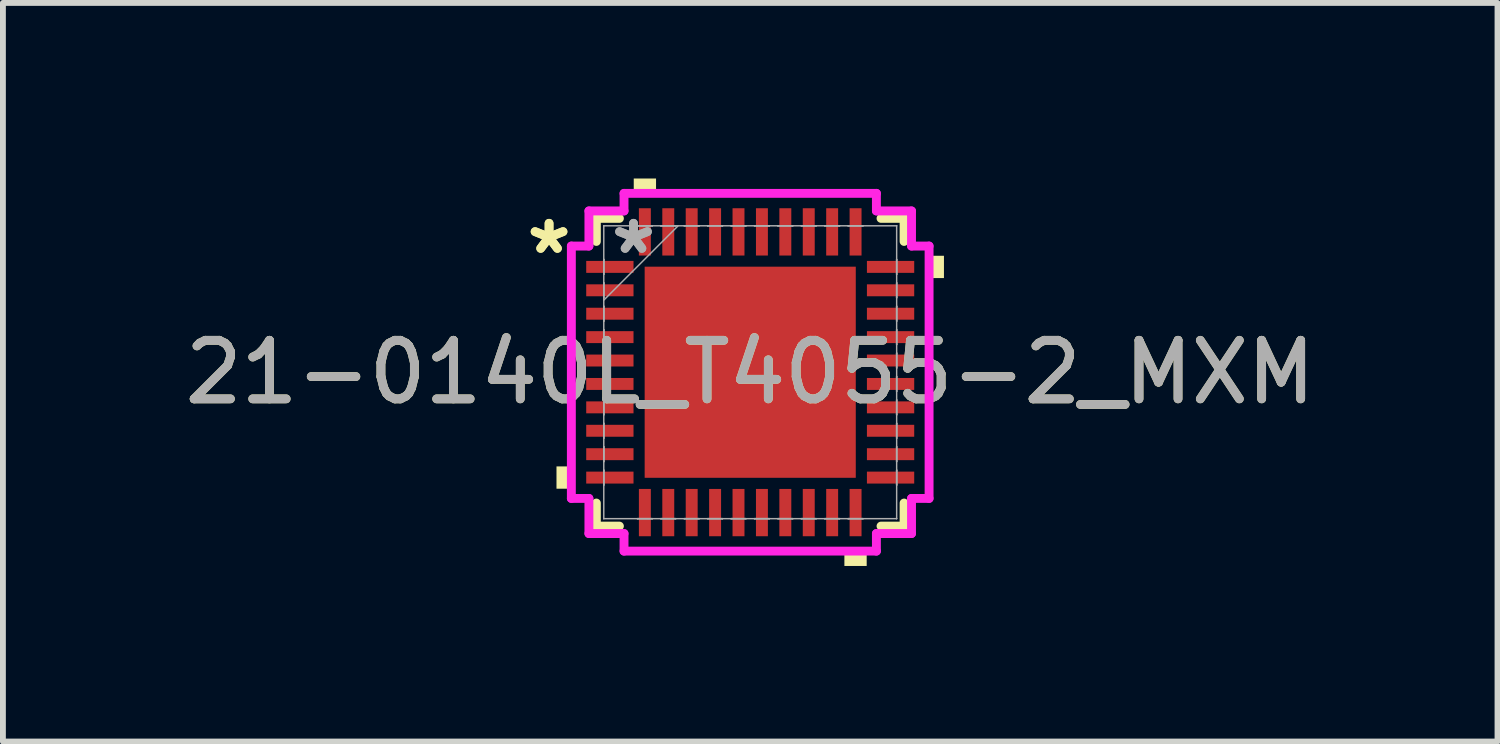
<source format=kicad_pcb>
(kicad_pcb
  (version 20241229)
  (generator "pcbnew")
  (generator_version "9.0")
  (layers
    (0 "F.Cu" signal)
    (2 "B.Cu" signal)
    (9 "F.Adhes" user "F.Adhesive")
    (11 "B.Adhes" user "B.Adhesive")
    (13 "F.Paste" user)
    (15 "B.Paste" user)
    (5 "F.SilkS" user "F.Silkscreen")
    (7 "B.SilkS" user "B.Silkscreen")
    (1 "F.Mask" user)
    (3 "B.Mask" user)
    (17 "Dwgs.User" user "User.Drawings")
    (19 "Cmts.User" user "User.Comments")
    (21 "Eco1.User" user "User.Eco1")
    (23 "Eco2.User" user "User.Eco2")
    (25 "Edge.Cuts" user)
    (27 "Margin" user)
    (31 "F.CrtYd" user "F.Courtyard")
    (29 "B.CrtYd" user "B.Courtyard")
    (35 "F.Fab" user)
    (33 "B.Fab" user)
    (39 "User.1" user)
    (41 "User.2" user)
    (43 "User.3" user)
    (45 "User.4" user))
  (footprint "21-0140L_T4055-2_MXM"
    (layer "F.Cu")
    (at 9.768 3.31)
    (property "Reference" "21-0140L_T4055-2_MXM" (at 0 0 0) (unlocked yes) (layer "F.SilkS") (effects (font (size 1 1) (thickness 0.15))))
    (attr smd)
    (fp_line (start -2.629 -2.629) (end -2.629 -2.235) (stroke (width 0.152) (type solid)) (layer "F.SilkS"))
    (fp_line (start -2.629 2.235) (end -2.629 2.629) (stroke (width 0.152) (type solid)) (layer "F.SilkS"))
    (fp_line (start -2.629 2.629) (end -2.235 2.629) (stroke (width 0.152) (type solid)) (layer "F.SilkS"))
    (fp_line (start -2.235 -2.629) (end -2.629 -2.629) (stroke (width 0.152) (type solid)) (layer "F.SilkS"))
    (fp_line (start 2.235 2.629) (end 2.629 2.629) (stroke (width 0.152) (type solid)) (layer "F.SilkS"))
    (fp_line (start 2.629 -2.629) (end 2.235 -2.629) (stroke (width 0.152) (type solid)) (layer "F.SilkS"))
    (fp_line (start 2.629 -2.235) (end 2.629 -2.629) (stroke (width 0.152) (type solid)) (layer "F.SilkS"))
    (fp_line (start 2.629 2.629) (end 2.629 2.235) (stroke (width 0.152) (type solid)) (layer "F.SilkS"))
    (fp_poly (pts (xy -3.31 1.609) (xy -3.31 1.99) (xy -3.056 1.99) (xy -3.056 1.609)) (stroke (width 0) (type solid)) (fill yes) (layer "F.SilkS"))
    (fp_poly (pts (xy -1.99 -3.056) (xy -1.99 -3.31) (xy -1.609 -3.31) (xy -1.609 -3.056)) (stroke (width 0) (type solid)) (fill yes) (layer "F.SilkS"))
    (fp_poly (pts (xy 1.609 3.056) (xy 1.609 3.31) (xy 1.99 3.31) (xy 1.99 3.056)) (stroke (width 0) (type solid)) (fill yes) (layer "F.SilkS"))
    (fp_poly (pts (xy 3.31 -1.99) (xy 3.31 -1.609) (xy 3.056 -1.609) (xy 3.056 -1.99)) (stroke (width 0) (type solid)) (fill yes) (layer "F.SilkS"))
    (fp_poly (pts (xy -1.703 -1.703) (xy -1.703 -0.1) (xy -0.1 -0.1) (xy -0.1 -1.703)) (stroke (width 0) (type solid)) (fill yes) (layer "F.Paste"))
    (fp_poly (pts (xy -1.703 0.1) (xy -1.703 1.703) (xy -0.1 1.703) (xy -0.1 0.1)) (stroke (width 0) (type solid)) (fill yes) (layer "F.Paste"))
    (fp_poly (pts (xy 0.1 -1.703) (xy 0.1 -0.1) (xy 1.703 -0.1) (xy 1.703 -1.703)) (stroke (width 0) (type solid)) (fill yes) (layer "F.Paste"))
    (fp_poly (pts (xy 0.1 0.1) (xy 0.1 1.703) (xy 1.703 1.703) (xy 1.703 0.1)) (stroke (width 0) (type solid)) (fill yes) (layer "F.Paste"))
    (fp_line (start -3.056 -2.156) (end -2.756 -2.156) (stroke (width 0.152) (type solid)) (layer "F.CrtYd"))
    (fp_line (start -3.056 2.156) (end -3.056 -2.156) (stroke (width 0.152) (type solid)) (layer "F.CrtYd"))
    (fp_line (start -2.756 -2.756) (end -2.156 -2.756) (stroke (width 0.152) (type solid)) (layer "F.CrtYd"))
    (fp_line (start -2.756 -2.156) (end -2.756 -2.756) (stroke (width 0.152) (type solid)) (layer "F.CrtYd"))
    (fp_line (start -2.756 2.156) (end -3.056 2.156) (stroke (width 0.152) (type solid)) (layer "F.CrtYd"))
    (fp_line (start -2.756 2.756) (end -2.756 2.156) (stroke (width 0.152) (type solid)) (layer "F.CrtYd"))
    (fp_line (start -2.156 -3.056) (end 2.156 -3.056) (stroke (width 0.152) (type solid)) (layer "F.CrtYd"))
    (fp_line (start -2.156 -2.756) (end -2.156 -3.056) (stroke (width 0.152) (type solid)) (layer "F.CrtYd"))
    (fp_line (start -2.156 2.756) (end -2.756 2.756) (stroke (width 0.152) (type solid)) (layer "F.CrtYd"))
    (fp_line (start -2.156 3.056) (end -2.156 2.756) (stroke (width 0.152) (type solid)) (layer "F.CrtYd"))
    (fp_line (start 2.156 -3.056) (end 2.156 -2.756) (stroke (width 0.152) (type solid)) (layer "F.CrtYd"))
    (fp_line (start 2.156 -2.756) (end 2.756 -2.756) (stroke (width 0.152) (type solid)) (layer "F.CrtYd"))
    (fp_line (start 2.156 2.756) (end 2.156 3.056) (stroke (width 0.152) (type solid)) (layer "F.CrtYd"))
    (fp_line (start 2.156 3.056) (end -2.156 3.056) (stroke (width 0.152) (type solid)) (layer "F.CrtYd"))
    (fp_line (start 2.756 -2.756) (end 2.756 -2.156) (stroke (width 0.152) (type solid)) (layer "F.CrtYd"))
    (fp_line (start 2.756 -2.156) (end 3.056 -2.156) (stroke (width 0.152) (type solid)) (layer "F.CrtYd"))
    (fp_line (start 2.756 2.156) (end 2.756 2.756) (stroke (width 0.152) (type solid)) (layer "F.CrtYd"))
    (fp_line (start 2.756 2.756) (end 2.156 2.756) (stroke (width 0.152) (type solid)) (layer "F.CrtYd"))
    (fp_line (start 3.056 -2.156) (end 3.056 2.156) (stroke (width 0.152) (type solid)) (layer "F.CrtYd"))
    (fp_line (start 3.056 2.156) (end 2.756 2.156) (stroke (width 0.152) (type solid)) (layer "F.CrtYd"))
    (fp_line (start -2.502 -2.502) (end -2.502 -2.502) (stroke (width 0.025) (type solid)) (layer "F.Fab"))
    (fp_line (start -2.502 -2.502) (end -2.502 2.502) (stroke (width 0.025) (type solid)) (layer "F.Fab"))
    (fp_line (start -2.502 -1.927) (end -2.502 -1.927) (stroke (width 0.025) (type solid)) (layer "F.Fab"))
    (fp_line (start -2.502 -1.927) (end -2.502 -1.673) (stroke (width 0.025) (type solid)) (layer "F.Fab"))
    (fp_line (start -2.502 -1.673) (end -2.502 -1.927) (stroke (width 0.025) (type solid)) (layer "F.Fab"))
    (fp_line (start -2.502 -1.673) (end -2.502 -1.673) (stroke (width 0.025) (type solid)) (layer "F.Fab"))
    (fp_line (start -2.502 -1.527) (end -2.502 -1.527) (stroke (width 0.025) (type solid)) (layer "F.Fab"))
    (fp_line (start -2.502 -1.527) (end -2.502 -1.273) (stroke (width 0.025) (type solid)) (layer "F.Fab"))
    (fp_line (start -2.502 -1.273) (end -2.502 -1.527) (stroke (width 0.025) (type solid)) (layer "F.Fab"))
    (fp_line (start -2.502 -1.273) (end -2.502 -1.273) (stroke (width 0.025) (type solid)) (layer "F.Fab"))
    (fp_line (start -2.502 -1.232) (end -1.232 -2.502) (stroke (width 0.025) (type solid)) (layer "F.Fab"))
    (fp_line (start -2.502 -1.127) (end -2.502 -1.127) (stroke (width 0.025) (type solid)) (layer "F.Fab"))
    (fp_line (start -2.502 -1.127) (end -2.502 -0.873) (stroke (width 0.025) (type solid)) (layer "F.Fab"))
    (fp_line (start -2.502 -0.873) (end -2.502 -1.127) (stroke (width 0.025) (type solid)) (layer "F.Fab"))
    (fp_line (start -2.502 -0.873) (end -2.502 -0.873) (stroke (width 0.025) (type solid)) (layer "F.Fab"))
    (fp_line (start -2.502 -0.727) (end -2.502 -0.727) (stroke (width 0.025) (type solid)) (layer "F.Fab"))
    (fp_line (start -2.502 -0.727) (end -2.502 -0.473) (stroke (width 0.025) (type solid)) (layer "F.Fab"))
    (fp_line (start -2.502 -0.473) (end -2.502 -0.727) (stroke (width 0.025) (type solid)) (layer "F.Fab"))
    (fp_line (start -2.502 -0.473) (end -2.502 -0.473) (stroke (width 0.025) (type solid)) (layer "F.Fab"))
    (fp_line (start -2.502 -0.327) (end -2.502 -0.327) (stroke (width 0.025) (type solid)) (layer "F.Fab"))
    (fp_line (start -2.502 -0.327) (end -2.502 -0.073) (stroke (width 0.025) (type solid)) (layer "F.Fab"))
    (fp_line (start -2.502 -0.073) (end -2.502 -0.327) (stroke (width 0.025) (type solid)) (layer "F.Fab"))
    (fp_line (start -2.502 -0.073) (end -2.502 -0.073) (stroke (width 0.025) (type solid)) (layer "F.Fab"))
    (fp_line (start -2.502 0.073) (end -2.502 0.073) (stroke (width 0.025) (type solid)) (layer "F.Fab"))
    (fp_line (start -2.502 0.073) (end -2.502 0.327) (stroke (width 0.025) (type solid)) (layer "F.Fab"))
    (fp_line (start -2.502 0.327) (end -2.502 0.073) (stroke (width 0.025) (type solid)) (layer "F.Fab"))
    (fp_line (start -2.502 0.327) (end -2.502 0.327) (stroke (width 0.025) (type solid)) (layer "F.Fab"))
    (fp_line (start -2.502 0.473) (end -2.502 0.473) (stroke (width 0.025) (type solid)) (layer "F.Fab"))
    (fp_line (start -2.502 0.473) (end -2.502 0.727) (stroke (width 0.025) (type solid)) (layer "F.Fab"))
    (fp_line (start -2.502 0.727) (end -2.502 0.473) (stroke (width 0.025) (type solid)) (layer "F.Fab"))
    (fp_line (start -2.502 0.727) (end -2.502 0.727) (stroke (width 0.025) (type solid)) (layer "F.Fab"))
    (fp_line (start -2.502 0.873) (end -2.502 0.873) (stroke (width 0.025) (type solid)) (layer "F.Fab"))
    (fp_line (start -2.502 0.873) (end -2.502 1.127) (stroke (width 0.025) (type solid)) (layer "F.Fab"))
    (fp_line (start -2.502 1.127) (end -2.502 0.873) (stroke (width 0.025) (type solid)) (layer "F.Fab"))
    (fp_line (start -2.502 1.127) (end -2.502 1.127) (stroke (width 0.025) (type solid)) (layer "F.Fab"))
    (fp_line (start -2.502 1.273) (end -2.502 1.273) (stroke (width 0.025) (type solid)) (layer "F.Fab"))
    (fp_line (start -2.502 1.273) (end -2.502 1.527) (stroke (width 0.025) (type solid)) (layer "F.Fab"))
    (fp_line (start -2.502 1.527) (end -2.502 1.273) (stroke (width 0.025) (type solid)) (layer "F.Fab"))
    (fp_line (start -2.502 1.527) (end -2.502 1.527) (stroke (width 0.025) (type solid)) (layer "F.Fab"))
    (fp_line (start -2.502 1.673) (end -2.502 1.673) (stroke (width 0.025) (type solid)) (layer "F.Fab"))
    (fp_line (start -2.502 1.673) (end -2.502 1.927) (stroke (width 0.025) (type solid)) (layer "F.Fab"))
    (fp_line (start -2.502 1.927) (end -2.502 1.673) (stroke (width 0.025) (type solid)) (layer "F.Fab"))
    (fp_line (start -2.502 1.927) (end -2.502 1.927) (stroke (width 0.025) (type solid)) (layer "F.Fab"))
    (fp_line (start -2.502 2.502) (end -2.502 2.502) (stroke (width 0.025) (type solid)) (layer "F.Fab"))
    (fp_line (start -2.502 2.502) (end 2.502 2.502) (stroke (width 0.025) (type solid)) (layer "F.Fab"))
    (fp_line (start -1.927 -2.502) (end -1.927 -2.502) (stroke (width 0.025) (type solid)) (layer "F.Fab"))
    (fp_line (start -1.927 -2.502) (end -1.673 -2.502) (stroke (width 0.025) (type solid)) (layer "F.Fab"))
    (fp_line (start -1.927 2.502) (end -1.927 2.502) (stroke (width 0.025) (type solid)) (layer "F.Fab"))
    (fp_line (start -1.927 2.502) (end -1.673 2.502) (stroke (width 0.025) (type solid)) (layer "F.Fab"))
    (fp_line (start -1.673 -2.502) (end -1.927 -2.502) (stroke (width 0.025) (type solid)) (layer "F.Fab"))
    (fp_line (start -1.673 -2.502) (end -1.673 -2.502) (stroke (width 0.025) (type solid)) (layer "F.Fab"))
    (fp_line (start -1.673 2.502) (end -1.927 2.502) (stroke (width 0.025) (type solid)) (layer "F.Fab"))
    (fp_line (start -1.673 2.502) (end -1.673 2.502) (stroke (width 0.025) (type solid)) (layer "F.Fab"))
    (fp_line (start -1.527 -2.502) (end -1.527 -2.502) (stroke (width 0.025) (type solid)) (layer "F.Fab"))
    (fp_line (start -1.527 -2.502) (end -1.273 -2.502) (stroke (width 0.025) (type solid)) (layer "F.Fab"))
    (fp_line (start -1.527 2.502) (end -1.527 2.502) (stroke (width 0.025) (type solid)) (layer "F.Fab"))
    (fp_line (start -1.527 2.502) (end -1.273 2.502) (stroke (width 0.025) (type solid)) (layer "F.Fab"))
    (fp_line (start -1.273 -2.502) (end -1.527 -2.502) (stroke (width 0.025) (type solid)) (layer "F.Fab"))
    (fp_line (start -1.273 -2.502) (end -1.273 -2.502) (stroke (width 0.025) (type solid)) (layer "F.Fab"))
    (fp_line (start -1.273 2.502) (end -1.527 2.502) (stroke (width 0.025) (type solid)) (layer "F.Fab"))
    (fp_line (start -1.273 2.502) (end -1.273 2.502) (stroke (width 0.025) (type solid)) (layer "F.Fab"))
    (fp_line (start -1.127 -2.502) (end -1.127 -2.502) (stroke (width 0.025) (type solid)) (layer "F.Fab"))
    (fp_line (start -1.127 -2.502) (end -0.873 -2.502) (stroke (width 0.025) (type solid)) (layer "F.Fab"))
    (fp_line (start -1.127 2.502) (end -1.127 2.502) (stroke (width 0.025) (type solid)) (layer "F.Fab"))
    (fp_line (start -1.127 2.502) (end -0.873 2.502) (stroke (width 0.025) (type solid)) (layer "F.Fab"))
    (fp_line (start -0.873 -2.502) (end -1.127 -2.502) (stroke (width 0.025) (type solid)) (layer "F.Fab"))
    (fp_line (start -0.873 -2.502) (end -0.873 -2.502) (stroke (width 0.025) (type solid)) (layer "F.Fab"))
    (fp_line (start -0.873 2.502) (end -1.127 2.502) (stroke (width 0.025) (type solid)) (layer "F.Fab"))
    (fp_line (start -0.873 2.502) (end -0.873 2.502) (stroke (width 0.025) (type solid)) (layer "F.Fab"))
    (fp_line (start -0.727 -2.502) (end -0.727 -2.502) (stroke (width 0.025) (type solid)) (layer "F.Fab"))
    (fp_line (start -0.727 -2.502) (end -0.473 -2.502) (stroke (width 0.025) (type solid)) (layer "F.Fab"))
    (fp_line (start -0.727 2.502) (end -0.727 2.502) (stroke (width 0.025) (type solid)) (layer "F.Fab"))
    (fp_line (start -0.727 2.502) (end -0.473 2.502) (stroke (width 0.025) (type solid)) (layer "F.Fab"))
    (fp_line (start -0.473 -2.502) (end -0.727 -2.502) (stroke (width 0.025) (type solid)) (layer "F.Fab"))
    (fp_line (start -0.473 -2.502) (end -0.473 -2.502) (stroke (width 0.025) (type solid)) (layer "F.Fab"))
    (fp_line (start -0.473 2.502) (end -0.727 2.502) (stroke (width 0.025) (type solid)) (layer "F.Fab"))
    (fp_line (start -0.473 2.502) (end -0.473 2.502) (stroke (width 0.025) (type solid)) (layer "F.Fab"))
    (fp_line (start -0.327 -2.502) (end -0.327 -2.502) (stroke (width 0.025) (type solid)) (layer "F.Fab"))
    (fp_line (start -0.327 -2.502) (end -0.073 -2.502) (stroke (width 0.025) (type solid)) (layer "F.Fab"))
    (fp_line (start -0.327 2.502) (end -0.327 2.502) (stroke (width 0.025) (type solid)) (layer "F.Fab"))
    (fp_line (start -0.327 2.502) (end -0.073 2.502) (stroke (width 0.025) (type solid)) (layer "F.Fab"))
    (fp_line (start -0.073 -2.502) (end -0.327 -2.502) (stroke (width 0.025) (type solid)) (layer "F.Fab"))
    (fp_line (start -0.073 -2.502) (end -0.073 -2.502) (stroke (width 0.025) (type solid)) (layer "F.Fab"))
    (fp_line (start -0.073 2.502) (end -0.327 2.502) (stroke (width 0.025) (type solid)) (layer "F.Fab"))
    (fp_line (start -0.073 2.502) (end -0.073 2.502) (stroke (width 0.025) (type solid)) (layer "F.Fab"))
    (fp_line (start 0.073 -2.502) (end 0.073 -2.502) (stroke (width 0.025) (type solid)) (layer "F.Fab"))
    (fp_line (start 0.073 -2.502) (end 0.327 -2.502) (stroke (width 0.025) (type solid)) (layer "F.Fab"))
    (fp_line (start 0.073 2.502) (end 0.073 2.502) (stroke (width 0.025) (type solid)) (layer "F.Fab"))
    (fp_line (start 0.073 2.502) (end 0.327 2.502) (stroke (width 0.025) (type solid)) (layer "F.Fab"))
    (fp_line (start 0.327 -2.502) (end 0.073 -2.502) (stroke (width 0.025) (type solid)) (layer "F.Fab"))
    (fp_line (start 0.327 -2.502) (end 0.327 -2.502) (stroke (width 0.025) (type solid)) (layer "F.Fab"))
    (fp_line (start 0.327 2.502) (end 0.073 2.502) (stroke (width 0.025) (type solid)) (layer "F.Fab"))
    (fp_line (start 0.327 2.502) (end 0.327 2.502) (stroke (width 0.025) (type solid)) (layer "F.Fab"))
    (fp_line (start 0.473 -2.502) (end 0.473 -2.502) (stroke (width 0.025) (type solid)) (layer "F.Fab"))
    (fp_line (start 0.473 -2.502) (end 0.727 -2.502) (stroke (width 0.025) (type solid)) (layer "F.Fab"))
    (fp_line (start 0.473 2.502) (end 0.473 2.502) (stroke (width 0.025) (type solid)) (layer "F.Fab"))
    (fp_line (start 0.473 2.502) (end 0.727 2.502) (stroke (width 0.025) (type solid)) (layer "F.Fab"))
    (fp_line (start 0.727 -2.502) (end 0.473 -2.502) (stroke (width 0.025) (type solid)) (layer "F.Fab"))
    (fp_line (start 0.727 -2.502) (end 0.727 -2.502) (stroke (width 0.025) (type solid)) (layer "F.Fab"))
    (fp_line (start 0.727 2.502) (end 0.473 2.502) (stroke (width 0.025) (type solid)) (layer "F.Fab"))
    (fp_line (start 0.727 2.502) (end 0.727 2.502) (stroke (width 0.025) (type solid)) (layer "F.Fab"))
    (fp_line (start 0.873 -2.502) (end 0.873 -2.502) (stroke (width 0.025) (type solid)) (layer "F.Fab"))
    (fp_line (start 0.873 -2.502) (end 1.127 -2.502) (stroke (width 0.025) (type solid)) (layer "F.Fab"))
    (fp_line (start 0.873 2.502) (end 0.873 2.502) (stroke (width 0.025) (type solid)) (layer "F.Fab"))
    (fp_line (start 0.873 2.502) (end 1.127 2.502) (stroke (width 0.025) (type solid)) (layer "F.Fab"))
    (fp_line (start 1.127 -2.502) (end 0.873 -2.502) (stroke (width 0.025) (type solid)) (layer "F.Fab"))
    (fp_line (start 1.127 -2.502) (end 1.127 -2.502) (stroke (width 0.025) (type solid)) (layer "F.Fab"))
    (fp_line (start 1.127 2.502) (end 0.873 2.502) (stroke (width 0.025) (type solid)) (layer "F.Fab"))
    (fp_line (start 1.127 2.502) (end 1.127 2.502) (stroke (width 0.025) (type solid)) (layer "F.Fab"))
    (fp_line (start 1.273 -2.502) (end 1.273 -2.502) (stroke (width 0.025) (type solid)) (layer "F.Fab"))
    (fp_line (start 1.273 -2.502) (end 1.527 -2.502) (stroke (width 0.025) (type solid)) (layer "F.Fab"))
    (fp_line (start 1.273 2.502) (end 1.273 2.502) (stroke (width 0.025) (type solid)) (layer "F.Fab"))
    (fp_line (start 1.273 2.502) (end 1.527 2.502) (stroke (width 0.025) (type solid)) (layer "F.Fab"))
    (fp_line (start 1.527 -2.502) (end 1.273 -2.502) (stroke (width 0.025) (type solid)) (layer "F.Fab"))
    (fp_line (start 1.527 -2.502) (end 1.527 -2.502) (stroke (width 0.025) (type solid)) (layer "F.Fab"))
    (fp_line (start 1.527 2.502) (end 1.273 2.502) (stroke (width 0.025) (type solid)) (layer "F.Fab"))
    (fp_line (start 1.527 2.502) (end 1.527 2.502) (stroke (width 0.025) (type solid)) (layer "F.Fab"))
    (fp_line (start 1.673 -2.502) (end 1.673 -2.502) (stroke (width 0.025) (type solid)) (layer "F.Fab"))
    (fp_line (start 1.673 -2.502) (end 1.927 -2.502) (stroke (width 0.025) (type solid)) (layer "F.Fab"))
    (fp_line (start 1.673 2.502) (end 1.673 2.502) (stroke (width 0.025) (type solid)) (layer "F.Fab"))
    (fp_line (start 1.673 2.502) (end 1.927 2.502) (stroke (width 0.025) (type solid)) (layer "F.Fab"))
    (fp_line (start 1.927 -2.502) (end 1.673 -2.502) (stroke (width 0.025) (type solid)) (layer "F.Fab"))
    (fp_line (start 1.927 -2.502) (end 1.927 -2.502) (stroke (width 0.025) (type solid)) (layer "F.Fab"))
    (fp_line (start 1.927 2.502) (end 1.673 2.502) (stroke (width 0.025) (type solid)) (layer "F.Fab"))
    (fp_line (start 1.927 2.502) (end 1.927 2.502) (stroke (width 0.025) (type solid)) (layer "F.Fab"))
    (fp_line (start 2.502 -2.502) (end -2.502 -2.502) (stroke (width 0.025) (type solid)) (layer "F.Fab"))
    (fp_line (start 2.502 -2.502) (end 2.502 -2.502) (stroke (width 0.025) (type solid)) (layer "F.Fab"))
    (fp_line (start 2.502 -1.927) (end 2.502 -1.927) (stroke (width 0.025) (type solid)) (layer "F.Fab"))
    (fp_line (start 2.502 -1.927) (end 2.502 -1.673) (stroke (width 0.025) (type solid)) (layer "F.Fab"))
    (fp_line (start 2.502 -1.673) (end 2.502 -1.927) (stroke (width 0.025) (type solid)) (layer "F.Fab"))
    (fp_line (start 2.502 -1.673) (end 2.502 -1.673) (stroke (width 0.025) (type solid)) (layer "F.Fab"))
    (fp_line (start 2.502 -1.527) (end 2.502 -1.527) (stroke (width 0.025) (type solid)) (layer "F.Fab"))
    (fp_line (start 2.502 -1.527) (end 2.502 -1.273) (stroke (width 0.025) (type solid)) (layer "F.Fab"))
    (fp_line (start 2.502 -1.273) (end 2.502 -1.527) (stroke (width 0.025) (type solid)) (layer "F.Fab"))
    (fp_line (start 2.502 -1.273) (end 2.502 -1.273) (stroke (width 0.025) (type solid)) (layer "F.Fab"))
    (fp_line (start 2.502 -1.127) (end 2.502 -1.127) (stroke (width 0.025) (type solid)) (layer "F.Fab"))
    (fp_line (start 2.502 -1.127) (end 2.502 -0.873) (stroke (width 0.025) (type solid)) (layer "F.Fab"))
    (fp_line (start 2.502 -0.873) (end 2.502 -1.127) (stroke (width 0.025) (type solid)) (layer "F.Fab"))
    (fp_line (start 2.502 -0.873) (end 2.502 -0.873) (stroke (width 0.025) (type solid)) (layer "F.Fab"))
    (fp_line (start 2.502 -0.727) (end 2.502 -0.727) (stroke (width 0.025) (type solid)) (layer "F.Fab"))
    (fp_line (start 2.502 -0.727) (end 2.502 -0.473) (stroke (width 0.025) (type solid)) (layer "F.Fab"))
    (fp_line (start 2.502 -0.473) (end 2.502 -0.727) (stroke (width 0.025) (type solid)) (layer "F.Fab"))
    (fp_line (start 2.502 -0.473) (end 2.502 -0.473) (stroke (width 0.025) (type solid)) (layer "F.Fab"))
    (fp_line (start 2.502 -0.327) (end 2.502 -0.327) (stroke (width 0.025) (type solid)) (layer "F.Fab"))
    (fp_line (start 2.502 -0.327) (end 2.502 -0.073) (stroke (width 0.025) (type solid)) (layer "F.Fab"))
    (fp_line (start 2.502 -0.073) (end 2.502 -0.327) (stroke (width 0.025) (type solid)) (layer "F.Fab"))
    (fp_line (start 2.502 -0.073) (end 2.502 -0.073) (stroke (width 0.025) (type solid)) (layer "F.Fab"))
    (fp_line (start 2.502 0.073) (end 2.502 0.073) (stroke (width 0.025) (type solid)) (layer "F.Fab"))
    (fp_line (start 2.502 0.073) (end 2.502 0.327) (stroke (width 0.025) (type solid)) (layer "F.Fab"))
    (fp_line (start 2.502 0.327) (end 2.502 0.073) (stroke (width 0.025) (type solid)) (layer "F.Fab"))
    (fp_line (start 2.502 0.327) (end 2.502 0.327) (stroke (width 0.025) (type solid)) (layer "F.Fab"))
    (fp_line (start 2.502 0.473) (end 2.502 0.473) (stroke (width 0.025) (type solid)) (layer "F.Fab"))
    (fp_line (start 2.502 0.473) (end 2.502 0.727) (stroke (width 0.025) (type solid)) (layer "F.Fab"))
    (fp_line (start 2.502 0.727) (end 2.502 0.473) (stroke (width 0.025) (type solid)) (layer "F.Fab"))
    (fp_line (start 2.502 0.727) (end 2.502 0.727) (stroke (width 0.025) (type solid)) (layer "F.Fab"))
    (fp_line (start 2.502 0.873) (end 2.502 0.873) (stroke (width 0.025) (type solid)) (layer "F.Fab"))
    (fp_line (start 2.502 0.873) (end 2.502 1.127) (stroke (width 0.025) (type solid)) (layer "F.Fab"))
    (fp_line (start 2.502 1.127) (end 2.502 0.873) (stroke (width 0.025) (type solid)) (layer "F.Fab"))
    (fp_line (start 2.502 1.127) (end 2.502 1.127) (stroke (width 0.025) (type solid)) (layer "F.Fab"))
    (fp_line (start 2.502 1.273) (end 2.502 1.273) (stroke (width 0.025) (type solid)) (layer "F.Fab"))
    (fp_line (start 2.502 1.273) (end 2.502 1.527) (stroke (width 0.025) (type solid)) (layer "F.Fab"))
    (fp_line (start 2.502 1.527) (end 2.502 1.273) (stroke (width 0.025) (type solid)) (layer "F.Fab"))
    (fp_line (start 2.502 1.527) (end 2.502 1.527) (stroke (width 0.025) (type solid)) (layer "F.Fab"))
    (fp_line (start 2.502 1.673) (end 2.502 1.673) (stroke (width 0.025) (type solid)) (layer "F.Fab"))
    (fp_line (start 2.502 1.673) (end 2.502 1.927) (stroke (width 0.025) (type solid)) (layer "F.Fab"))
    (fp_line (start 2.502 1.927) (end 2.502 1.673) (stroke (width 0.025) (type solid)) (layer "F.Fab"))
    (fp_line (start 2.502 1.927) (end 2.502 1.927) (stroke (width 0.025) (type solid)) (layer "F.Fab"))
    (fp_line (start 2.502 2.502) (end 2.502 -2.502) (stroke (width 0.025) (type solid)) (layer "F.Fab"))
    (fp_line (start 2.502 2.502) (end 2.502 2.502) (stroke (width 0.025) (type solid)) (layer "F.Fab"))
    (fp_text user "*" (at -3.437 -2 0) (layer "F.SilkS") (effects (font (size 1 1) (thickness 0.15))))
    (fp_text user "*" (at -3.437 -2 0) (unlocked yes) (layer "F.SilkS") (effects (font (size 1 1) (thickness 0.15))))
    (fp_text user "${REFERENCE}" (at 0 0 0) (unlocked yes) (layer "F.Fab") (effects (font (size 1 1) (thickness 0.15))))
    (fp_text user "*" (at -1.994 -2 0) (unlocked yes) (layer "F.Fab") (effects (font (size 1 1) (thickness 0.15))))
    (fp_text user "*" (at -1.994 -2 0) (layer "F.Fab") (effects (font (size 1 1) (thickness 0.15))))
    (pad "1" smd rect (at -2.398 -1.8 90) (size 0.204 0.808) (layers "F.Cu" "F.Mask" "F.Paste"))
    (pad "2" smd rect (at -2.398 -1.4 90) (size 0.204 0.808) (layers "F.Cu" "F.Mask" "F.Paste"))
    (pad "3" smd rect (at -2.398 -1 90) (size 0.204 0.808) (layers "F.Cu" "F.Mask" "F.Paste"))
    (pad "4" smd rect (at -2.398 -0.6 90) (size 0.204 0.808) (layers "F.Cu" "F.Mask" "F.Paste"))
    (pad "5" smd rect (at -2.398 -0.2 90) (size 0.204 0.808) (layers "F.Cu" "F.Mask" "F.Paste"))
    (pad "6" smd rect (at -2.398 0.2 90) (size 0.204 0.808) (layers "F.Cu" "F.Mask" "F.Paste"))
    (pad "7" smd rect (at -2.398 0.6 90) (size 0.204 0.808) (layers "F.Cu" "F.Mask" "F.Paste"))
    (pad "8" smd rect (at -2.398 1 90) (size 0.204 0.808) (layers "F.Cu" "F.Mask" "F.Paste"))
    (pad "9" smd rect (at -2.398 1.4 90) (size 0.204 0.808) (layers "F.Cu" "F.Mask" "F.Paste"))
    (pad "10" smd rect (at -2.398 1.8 90) (size 0.204 0.808) (layers "F.Cu" "F.Mask" "F.Paste"))
    (pad "11" smd rect (at -1.8 2.398) (size 0.204 0.808) (layers "F.Cu" "F.Mask" "F.Paste"))
    (pad "12" smd rect (at -1.4 2.398) (size 0.204 0.808) (layers "F.Cu" "F.Mask" "F.Paste"))
    (pad "13" smd rect (at -1 2.398) (size 0.204 0.808) (layers "F.Cu" "F.Mask" "F.Paste"))
    (pad "14" smd rect (at -0.6 2.398) (size 0.204 0.808) (layers "F.Cu" "F.Mask" "F.Paste"))
    (pad "15" smd rect (at -0.2 2.398) (size 0.204 0.808) (layers "F.Cu" "F.Mask" "F.Paste"))
    (pad "16" smd rect (at 0.2 2.398) (size 0.204 0.808) (layers "F.Cu" "F.Mask" "F.Paste"))
    (pad "17" smd rect (at 0.6 2.398) (size 0.204 0.808) (layers "F.Cu" "F.Mask" "F.Paste"))
    (pad "18" smd rect (at 1 2.398) (size 0.204 0.808) (layers "F.Cu" "F.Mask" "F.Paste"))
    (pad "19" smd rect (at 1.4 2.398) (size 0.204 0.808) (layers "F.Cu" "F.Mask" "F.Paste"))
    (pad "20" smd rect (at 1.8 2.398) (size 0.204 0.808) (layers "F.Cu" "F.Mask" "F.Paste"))
    (pad "21" smd rect (at 2.398 1.8 90) (size 0.204 0.808) (layers "F.Cu" "F.Mask" "F.Paste"))
    (pad "22" smd rect (at 2.398 1.4 90) (size 0.204 0.808) (layers "F.Cu" "F.Mask" "F.Paste"))
    (pad "23" smd rect (at 2.398 1 90) (size 0.204 0.808) (layers "F.Cu" "F.Mask" "F.Paste"))
    (pad "24" smd rect (at 2.398 0.6 90) (size 0.204 0.808) (layers "F.Cu" "F.Mask" "F.Paste"))
    (pad "25" smd rect (at 2.398 0.2 90) (size 0.204 0.808) (layers "F.Cu" "F.Mask" "F.Paste"))
    (pad "26" smd rect (at 2.398 -0.2 90) (size 0.204 0.808) (layers "F.Cu" "F.Mask" "F.Paste"))
    (pad "27" smd rect (at 2.398 -0.6 90) (size 0.204 0.808) (layers "F.Cu" "F.Mask" "F.Paste"))
    (pad "28" smd rect (at 2.398 -1 90) (size 0.204 0.808) (layers "F.Cu" "F.Mask" "F.Paste"))
    (pad "29" smd rect (at 2.398 -1.4 90) (size 0.204 0.808) (layers "F.Cu" "F.Mask" "F.Paste"))
    (pad "30" smd rect (at 2.398 -1.8 90) (size 0.204 0.808) (layers "F.Cu" "F.Mask" "F.Paste"))
    (pad "31" smd rect (at 1.8 -2.398) (size 0.204 0.808) (layers "F.Cu" "F.Mask" "F.Paste"))
    (pad "32" smd rect (at 1.4 -2.398) (size 0.204 0.808) (layers "F.Cu" "F.Mask" "F.Paste"))
    (pad "33" smd rect (at 1 -2.398) (size 0.204 0.808) (layers "F.Cu" "F.Mask" "F.Paste"))
    (pad "34" smd rect (at 0.6 -2.398) (size 0.204 0.808) (layers "F.Cu" "F.Mask" "F.Paste"))
    (pad "35" smd rect (at 0.2 -2.398) (size 0.204 0.808) (layers "F.Cu" "F.Mask" "F.Paste"))
    (pad "36" smd rect (at -0.2 -2.398) (size 0.204 0.808) (layers "F.Cu" "F.Mask" "F.Paste"))
    (pad "37" smd rect (at -0.6 -2.398) (size 0.204 0.808) (layers "F.Cu" "F.Mask" "F.Paste"))
    (pad "38" smd rect (at -1 -2.398) (size 0.204 0.808) (layers "F.Cu" "F.Mask" "F.Paste"))
    (pad "39" smd rect (at -1.4 -2.398) (size 0.204 0.808) (layers "F.Cu" "F.Mask" "F.Paste"))
    (pad "40" smd rect (at -1.8 -2.398) (size 0.204 0.808) (layers "F.Cu" "F.Mask" "F.Paste"))
    (pad "41" smd rect (at 0 0) (size 3.607 3.607) (layers "F.Cu" "F.Mask")))
  (gr_rect
    (start -3 -3)
    (end 22.536 9.62)
    (stroke (width 0.1) (type default))
    (fill no)
    (layer "Edge.Cuts")))
</source>
